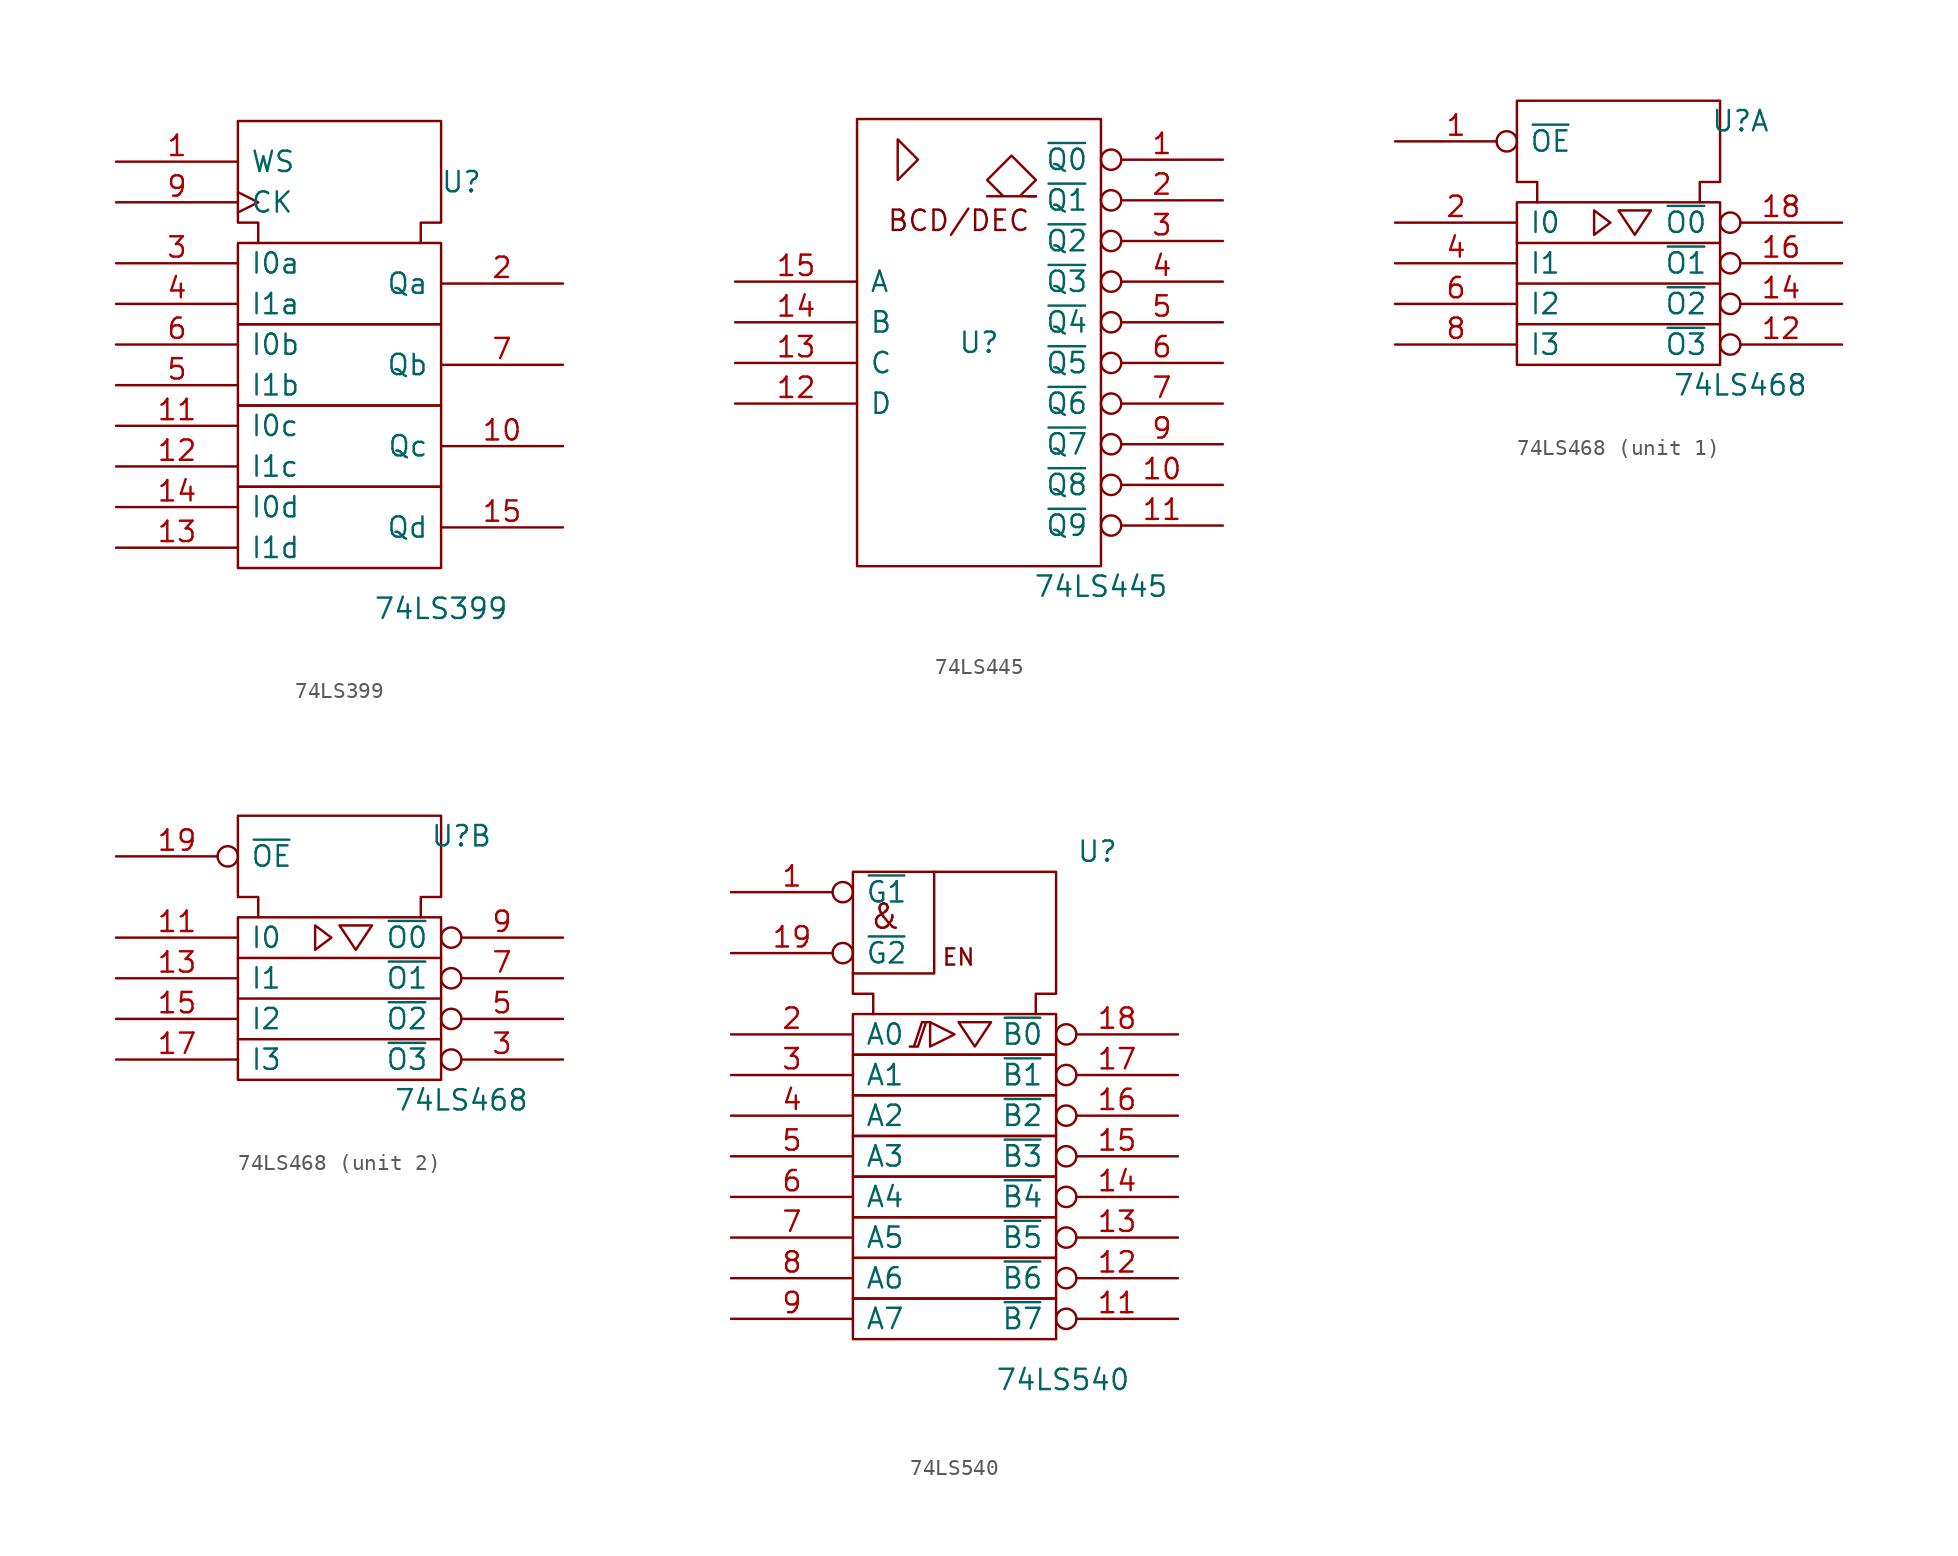
<source format=kicad_sym>
(kicad_symbol_lib
  (version 20231120)
  (generator "kicad_symbol_editor")
  (generator_version "8.0")
  (symbol "74LS399"
    (pin_names
      (offset 0.762))
    (property "Reference" "U"
      (at 7.62 10.16 0)
      (effects (font (size 1.27 1.27))))
    (property "Value" "74LS399"
      (at 6.35 -16.51 0)
      (effects (font (size 1.27 1.27))))
    (symbol "74LS399_0_0"
      (rectangle (start -6.35 -8.89) (end 6.35 -13.97) (stroke (width 0) (type default)) (fill (type none)))
      (rectangle (start -6.35 -3.81) (end 6.35 -8.89) (stroke (width 0) (type default)) (fill (type none)))
      (rectangle (start -6.35 1.27) (end 6.35 -3.81) (stroke (width 0) (type default)) (fill (type none)))
      (rectangle (start -6.35 6.35) (end 6.35 1.27) (stroke (width 0) (type default)) (fill (type none)))
      (polyline (pts (xy -5.08 6.35) (xy -5.08 7.62) (xy -6.35 7.62) (xy -6.35 13.97) (xy 6.35 13.97) (xy 6.35 7.62) (xy 5.08 7.62) (xy 5.08 6.35) (xy 5.08 6.35)) (stroke (width 0) (type default)) (fill (type none)))
      (pin power_in line (at 3.81 13.97 270) (length 0) hide (name "VCC" (effects (font (size 1.27 1.27)))) (number "16" (effects (font (size 1.27 1.27)))))
      (pin power_in line (at 0 13.97 270) (length 0) hide (name "GND" (effects (font (size 1.27 1.27)))) (number "8" (effects (font (size 1.27 1.27))))))
    (symbol "74LS399_1_1"
      (pin input line (at -13.97 11.43 0) (length 7.62) (name "WS" (effects (font (size 1.27 1.27)))) (number "1" (effects (font (size 1.27 1.27)))))
      (pin tri_state line (at 13.97 -6.35 180) (length 7.62) (name "Qc" (effects (font (size 1.27 1.27)))) (number "10" (effects (font (size 1.27 1.27)))))
      (pin input line (at -13.97 -5.08 0) (length 7.62) (name "I0c" (effects (font (size 1.27 1.27)))) (number "11" (effects (font (size 1.27 1.27)))))
      (pin input line (at -13.97 -7.62 0) (length 7.62) (name "I1c" (effects (font (size 1.27 1.27)))) (number "12" (effects (font (size 1.27 1.27)))))
      (pin input line (at -13.97 -12.7 0) (length 7.62) (name "I1d" (effects (font (size 1.27 1.27)))) (number "13" (effects (font (size 1.27 1.27)))))
      (pin input line (at -13.97 -10.16 0) (length 7.62) (name "I0d" (effects (font (size 1.27 1.27)))) (number "14" (effects (font (size 1.27 1.27)))))
      (pin tri_state line (at 13.97 -11.43 180) (length 7.62) (name "Qd" (effects (font (size 1.27 1.27)))) (number "15" (effects (font (size 1.27 1.27)))))
      (pin tri_state line (at 13.97 3.81 180) (length 7.62) (name "Qa" (effects (font (size 1.27 1.27)))) (number "2" (effects (font (size 1.27 1.27)))))
      (pin input line (at -13.97 5.08 0) (length 7.62) (name "I0a" (effects (font (size 1.27 1.27)))) (number "3" (effects (font (size 1.27 1.27)))))
      (pin input line (at -13.97 2.54 0) (length 7.62) (name "I1a" (effects (font (size 1.27 1.27)))) (number "4" (effects (font (size 1.27 1.27)))))
      (pin input line (at -13.97 -2.54 0) (length 7.62) (name "I1b" (effects (font (size 1.27 1.27)))) (number "5" (effects (font (size 1.27 1.27)))))
      (pin input line (at -13.97 0 0) (length 7.62) (name "I0b" (effects (font (size 1.27 1.27)))) (number "6" (effects (font (size 1.27 1.27)))))
      (pin tri_state line (at 13.97 -1.27 180) (length 7.62) (name "Qb" (effects (font (size 1.27 1.27)))) (number "7" (effects (font (size 1.27 1.27)))))
      (pin input clock (at -13.97 8.89 0) (length 7.62) (name "CK" (effects (font (size 1.27 1.27)))) (number "9" (effects (font (size 1.27 1.27)))))))
  (symbol "74LS445"
    (pin_names
      (offset 0.762))
    (property "Reference" "U"
      (at 0 0 0)
      (effects (font (size 1.27 1.27))))
    (property "Value" "74LS445"
      (at 7.62 -15.24 0)
      (effects (font (size 1.27 1.27))))
    (symbol "74LS445_0_0"
      (polyline (pts (xy 3.556 9.144) (xy 3.048 9.144) (xy 3.048 9.144)) (stroke (width 0) (type default)) (fill (type none)))
      (polyline (pts (xy -5.08 12.7) (xy -5.08 10.16) (xy -3.81 11.43) (xy -5.08 12.7) (xy -5.08 12.7)) (stroke (width 0) (type default)) (fill (type none)))
      (polyline (pts (xy 2.54 9.144) (xy 3.556 10.16) (xy 2.032 11.684) (xy 0.508 10.16) (xy 1.524 9.144) (xy 0.508 9.144) (xy 3.556 9.144)) (stroke (width 0) (type default)) (fill (type none)))
      (text "BCD/DEC" (at -1.27 7.62 0) (effects (font (size 1.27 1.27))))
      (pin power_in line (at 0 13.97 270) (length 0) hide (name "VCC" (effects (font (size 1.27 1.27)))) (number "16" (effects (font (size 1.27 1.27)))))
      (pin power_in line (at 0 -13.97 90) (length 0) hide (name "GND" (effects (font (size 1.27 1.27)))) (number "8" (effects (font (size 1.27 1.27))))))
    (symbol "74LS445_0_1"
      (rectangle (start -7.62 13.97) (end 7.62 -13.97) (stroke (width 0) (type default)) (fill (type none))))
    (symbol "74LS445_1_1"
      (pin open_collector inverted (at 15.24 11.43 180) (length 7.62) (name "~{Q0}" (effects (font (size 1.27 1.27)))) (number "1" (effects (font (size 1.27 1.27)))))
      (pin open_collector inverted (at 15.24 -8.89 180) (length 7.62) (name "~{Q8}" (effects (font (size 1.27 1.27)))) (number "10" (effects (font (size 1.27 1.27)))))
      (pin open_collector inverted (at 15.24 -11.43 180) (length 7.62) (name "~{Q9}" (effects (font (size 1.27 1.27)))) (number "11" (effects (font (size 1.27 1.27)))))
      (pin input line (at -15.24 -3.81 0) (length 7.62) (name "D" (effects (font (size 1.27 1.27)))) (number "12" (effects (font (size 1.27 1.27)))))
      (pin input line (at -15.24 -1.27 0) (length 7.62) (name "C" (effects (font (size 1.27 1.27)))) (number "13" (effects (font (size 1.27 1.27)))))
      (pin input line (at -15.24 1.27 0) (length 7.62) (name "B" (effects (font (size 1.27 1.27)))) (number "14" (effects (font (size 1.27 1.27)))))
      (pin input line (at -15.24 3.81 0) (length 7.62) (name "A" (effects (font (size 1.27 1.27)))) (number "15" (effects (font (size 1.27 1.27)))))
      (pin open_collector inverted (at 15.24 8.89 180) (length 7.62) (name "~{Q1}" (effects (font (size 1.27 1.27)))) (number "2" (effects (font (size 1.27 1.27)))))
      (pin open_collector inverted (at 15.24 6.35 180) (length 7.62) (name "~{Q2}" (effects (font (size 1.27 1.27)))) (number "3" (effects (font (size 1.27 1.27)))))
      (pin open_collector inverted (at 15.24 3.81 180) (length 7.62) (name "~{Q3}" (effects (font (size 1.27 1.27)))) (number "4" (effects (font (size 1.27 1.27)))))
      (pin open_collector inverted (at 15.24 1.27 180) (length 7.62) (name "~{Q4}" (effects (font (size 1.27 1.27)))) (number "5" (effects (font (size 1.27 1.27)))))
      (pin open_collector inverted (at 15.24 -1.27 180) (length 7.62) (name "~{Q5}" (effects (font (size 1.27 1.27)))) (number "6" (effects (font (size 1.27 1.27)))))
      (pin open_collector inverted (at 15.24 -3.81 180) (length 7.62) (name "~{Q6}" (effects (font (size 1.27 1.27)))) (number "7" (effects (font (size 1.27 1.27)))))
      (pin open_collector inverted (at 15.24 -6.35 180) (length 7.62) (name "~{Q7}" (effects (font (size 1.27 1.27)))) (number "9" (effects (font (size 1.27 1.27)))))))
  (symbol "74LS468"
    (pin_names
      (offset 0.762))
    (property "Reference" "U"
      (at 7.62 8.89 0)
      (effects (font (size 1.27 1.27))))
    (property "Value" "74LS468"
      (at 7.62 -7.62 0)
      (effects (font (size 1.27 1.27))))
    (symbol "74LS468_0_0"
      (polyline (pts (xy -1.524 3.302) (xy -1.524 1.778) (xy -0.508 2.54) (xy -1.524 3.302) (xy -1.524 3.302)) (stroke (width 0) (type default)) (fill (type none)))
      (polyline (pts (xy 0.254 3.302) (xy 2.032 3.302) (xy 1.016 1.778) (xy 0 3.302) (xy 0.254 3.302) (xy 0.254 3.302)) (stroke (width 0) (type default)) (fill (type none))))
    (symbol "74LS468_0_1"
      (rectangle (start -6.35 3.81) (end 6.35 -6.35) (stroke (width 0) (type default)) (fill (type none)))
      (polyline (pts (xy -6.35 -3.81) (xy 6.35 -3.81) (xy 6.35 -3.81)) (stroke (width 0) (type default)) (fill (type none)))
      (polyline (pts (xy -6.35 -1.27) (xy 6.35 -1.27) (xy 6.35 -1.27)) (stroke (width 0) (type default)) (fill (type none)))
      (polyline (pts (xy -6.35 1.27) (xy 6.35 1.27) (xy 6.35 1.27)) (stroke (width 0) (type default)) (fill (type none)))
      (polyline (pts (xy -5.08 3.81) (xy -5.08 5.08) (xy -6.35 5.08) (xy -6.35 10.16) (xy 6.35 10.16) (xy 6.35 5.08) (xy 5.08 5.08) (xy 5.08 3.81) (xy 5.08 3.81)) (stroke (width 0) (type default)) (fill (type none)))
      (pin power_in line (at 1.27 10.16 270) (length 0) hide (name "GND" (effects (font (size 1.27 1.27)))) (number "10" (effects (font (size 1.27 1.27)))))
      (pin power_in line (at 5.08 10.16 270) (length 0) hide (name "VCC" (effects (font (size 1.27 1.27)))) (number "20" (effects (font (size 1.27 1.27))))))
    (symbol "74LS468_1_1"
      (pin input inverted (at -13.97 7.62 0) (length 7.62) (name "~{OE}" (effects (font (size 1.27 1.27)))) (number "1" (effects (font (size 1.27 1.27)))))
      (pin tri_state inverted (at 13.97 -5.08 180) (length 7.62) (name "~{O3}" (effects (font (size 1.27 1.27)))) (number "12" (effects (font (size 1.27 1.27)))))
      (pin tri_state inverted (at 13.97 -2.54 180) (length 7.62) (name "~{O2}" (effects (font (size 1.27 1.27)))) (number "14" (effects (font (size 1.27 1.27)))))
      (pin tri_state inverted (at 13.97 0 180) (length 7.62) (name "~{O1}" (effects (font (size 1.27 1.27)))) (number "16" (effects (font (size 1.27 1.27)))))
      (pin tri_state inverted (at 13.97 2.54 180) (length 7.62) (name "~{O0}" (effects (font (size 1.27 1.27)))) (number "18" (effects (font (size 1.27 1.27)))))
      (pin input line (at -13.97 2.54 0) (length 7.62) (name "I0" (effects (font (size 1.27 1.27)))) (number "2" (effects (font (size 1.27 1.27)))))
      (pin input line (at -13.97 0 0) (length 7.62) (name "I1" (effects (font (size 1.27 1.27)))) (number "4" (effects (font (size 1.27 1.27)))))
      (pin input line (at -13.97 -2.54 0) (length 7.62) (name "I2" (effects (font (size 1.27 1.27)))) (number "6" (effects (font (size 1.27 1.27)))))
      (pin input line (at -13.97 -5.08 0) (length 7.62) (name "I3" (effects (font (size 1.27 1.27)))) (number "8" (effects (font (size 1.27 1.27))))))
    (symbol "74LS468_2_1"
      (pin input line (at -13.97 2.54 0) (length 7.62) (name "I0" (effects (font (size 1.27 1.27)))) (number "11" (effects (font (size 1.27 1.27)))))
      (pin input line (at -13.97 0 0) (length 7.62) (name "I1" (effects (font (size 1.27 1.27)))) (number "13" (effects (font (size 1.27 1.27)))))
      (pin input line (at -13.97 -2.54 0) (length 7.62) (name "I2" (effects (font (size 1.27 1.27)))) (number "15" (effects (font (size 1.27 1.27)))))
      (pin input line (at -13.97 -5.08 0) (length 7.62) (name "I3" (effects (font (size 1.27 1.27)))) (number "17" (effects (font (size 1.27 1.27)))))
      (pin input inverted (at -13.97 7.62 0) (length 7.62) (name "~{OE}" (effects (font (size 1.27 1.27)))) (number "19" (effects (font (size 1.27 1.27)))))
      (pin tri_state inverted (at 13.97 -5.08 180) (length 7.62) (name "~{O3}" (effects (font (size 1.27 1.27)))) (number "3" (effects (font (size 1.27 1.27)))))
      (pin tri_state inverted (at 13.97 -2.54 180) (length 7.62) (name "~{O2}" (effects (font (size 1.27 1.27)))) (number "5" (effects (font (size 1.27 1.27)))))
      (pin tri_state inverted (at 13.97 0 180) (length 7.62) (name "~{O1}" (effects (font (size 1.27 1.27)))) (number "7" (effects (font (size 1.27 1.27)))))
      (pin tri_state inverted (at 13.97 2.54 180) (length 7.62) (name "~{O0}" (effects (font (size 1.27 1.27)))) (number "9" (effects (font (size 1.27 1.27)))))))
  (symbol "74LS540"
    (pin_names
      (offset 0.762))
    (property "Reference" "U"
      (at 7.62 17.78 0)
      (effects (font (size 1.27 1.27)) (justify left)))
    (property "Value" "74LS540"
      (at 2.54 -15.24 0)
      (effects (font (size 1.27 1.27)) (justify left)))
    (symbol "74LS540_0_0"
      (polyline (pts (xy -1.27 16.51) (xy -1.27 10.16) (xy -6.35 10.16) (xy -6.35 10.16)) (stroke (width 0) (type default)) (fill (type none)))
      (polyline (pts (xy -1.524 7.112) (xy -1.524 5.588) (xy 0 6.35) (xy -1.524 7.112) (xy -1.524 7.112)) (stroke (width 0) (type default)) (fill (type none)))
      (polyline (pts (xy 0.254 7.112) (xy 2.286 7.112) (xy 1.27 5.588) (xy 0.254 7.112) (xy 0.254 7.112)) (stroke (width 0) (type default)) (fill (type none)))
      (polyline (pts (xy -2.286 5.588) (xy -2.794 5.588) (xy -2.286 5.588) (xy -1.778 7.112) (xy -1.524 7.112) (xy -2.032 7.112) (xy -2.54 5.588) (xy -2.54 5.588)) (stroke (width 0) (type default)) (fill (type none)))
      (text "&" (at -4.318 13.716 0) (effects (font (size 1.524 1.524))))
      (text "EN" (at 0.254 11.176 0) (effects (font (size 1.016 1.016))))
      (pin power_in line (at 1.27 16.51 270) (length 0) hide (name "GND" (effects (font (size 1.27 1.27)))) (number "10" (effects (font (size 1.27 1.27)))))
      (pin power_in line (at 5.08 16.51 270) (length 0) hide (name "VCC" (effects (font (size 1.27 1.27)))) (number "20" (effects (font (size 1.27 1.27))))))
    (symbol "74LS540_0_1"
      (rectangle (start -6.35 -10.16) (end 6.35 -12.7) (stroke (width 0) (type default)) (fill (type none)))
      (rectangle (start -6.35 -7.62) (end 6.35 -10.16) (stroke (width 0) (type default)) (fill (type none)))
      (rectangle (start -6.35 -5.08) (end 6.35 -7.62) (stroke (width 0) (type default)) (fill (type none)))
      (rectangle (start -6.35 -2.54) (end 6.35 -5.08) (stroke (width 0) (type default)) (fill (type none)))
      (rectangle (start -6.35 0) (end 6.35 -2.54) (stroke (width 0) (type default)) (fill (type none)))
      (rectangle (start -6.35 2.54) (end 6.35 0) (stroke (width 0) (type default)) (fill (type none)))
      (rectangle (start -6.35 5.08) (end 6.35 2.54) (stroke (width 0) (type default)) (fill (type none)))
      (rectangle (start -6.35 7.62) (end 6.35 5.08) (stroke (width 0) (type default)) (fill (type none)))
      (polyline (pts (xy -5.08 7.62) (xy -5.08 8.89) (xy -6.35 8.89) (xy -6.35 16.51) (xy 6.35 16.51) (xy 6.35 8.89) (xy 5.08 8.89) (xy 5.08 7.62) (xy 5.08 7.62)) (stroke (width 0) (type default)) (fill (type none))))
    (symbol "74LS540_1_1"
      (pin input inverted (at -13.97 15.24 0) (length 7.62) (name "~{G1}" (effects (font (size 1.27 1.27)))) (number "1" (effects (font (size 1.27 1.27)))))
      (pin tri_state inverted (at 13.97 -11.43 180) (length 7.62) (name "~{B7}" (effects (font (size 1.27 1.27)))) (number "11" (effects (font (size 1.27 1.27)))))
      (pin tri_state inverted (at 13.97 -8.89 180) (length 7.62) (name "~{B6}" (effects (font (size 1.27 1.27)))) (number "12" (effects (font (size 1.27 1.27)))))
      (pin tri_state inverted (at 13.97 -6.35 180) (length 7.62) (name "~{B5}" (effects (font (size 1.27 1.27)))) (number "13" (effects (font (size 1.27 1.27)))))
      (pin tri_state inverted (at 13.97 -3.81 180) (length 7.62) (name "~{B4}" (effects (font (size 1.27 1.27)))) (number "14" (effects (font (size 1.27 1.27)))))
      (pin tri_state inverted (at 13.97 -1.27 180) (length 7.62) (name "~{B3}" (effects (font (size 1.27 1.27)))) (number "15" (effects (font (size 1.27 1.27)))))
      (pin tri_state inverted (at 13.97 1.27 180) (length 7.62) (name "~{B2}" (effects (font (size 1.27 1.27)))) (number "16" (effects (font (size 1.27 1.27)))))
      (pin tri_state inverted (at 13.97 3.81 180) (length 7.62) (name "~{B1}" (effects (font (size 1.27 1.27)))) (number "17" (effects (font (size 1.27 1.27)))))
      (pin tri_state inverted (at 13.97 6.35 180) (length 7.62) (name "~{B0}" (effects (font (size 1.27 1.27)))) (number "18" (effects (font (size 1.27 1.27)))))
      (pin input inverted (at -13.97 11.43 0) (length 7.62) (name "~{G2}" (effects (font (size 1.27 1.27)))) (number "19" (effects (font (size 1.27 1.27)))))
      (pin tri_state line (at -13.97 6.35 0) (length 7.62) (name "A0" (effects (font (size 1.27 1.27)))) (number "2" (effects (font (size 1.27 1.27)))))
      (pin tri_state line (at -13.97 3.81 0) (length 7.62) (name "A1" (effects (font (size 1.27 1.27)))) (number "3" (effects (font (size 1.27 1.27)))))
      (pin tri_state line (at -13.97 1.27 0) (length 7.62) (name "A2" (effects (font (size 1.27 1.27)))) (number "4" (effects (font (size 1.27 1.27)))))
      (pin tri_state line (at -13.97 -1.27 0) (length 7.62) (name "A3" (effects (font (size 1.27 1.27)))) (number "5" (effects (font (size 1.27 1.27)))))
      (pin tri_state line (at -13.97 -3.81 0) (length 7.62) (name "A4" (effects (font (size 1.27 1.27)))) (number "6" (effects (font (size 1.27 1.27)))))
      (pin tri_state line (at -13.97 -6.35 0) (length 7.62) (name "A5" (effects (font (size 1.27 1.27)))) (number "7" (effects (font (size 1.27 1.27)))))
      (pin tri_state line (at -13.97 -8.89 0) (length 7.62) (name "A6" (effects (font (size 1.27 1.27)))) (number "8" (effects (font (size 1.27 1.27)))))
      (pin tri_state line (at -13.97 -11.43 0) (length 7.62) (name "A7" (effects (font (size 1.27 1.27)))) (number "9" (effects (font (size 1.27 1.27))))))))
</source>
